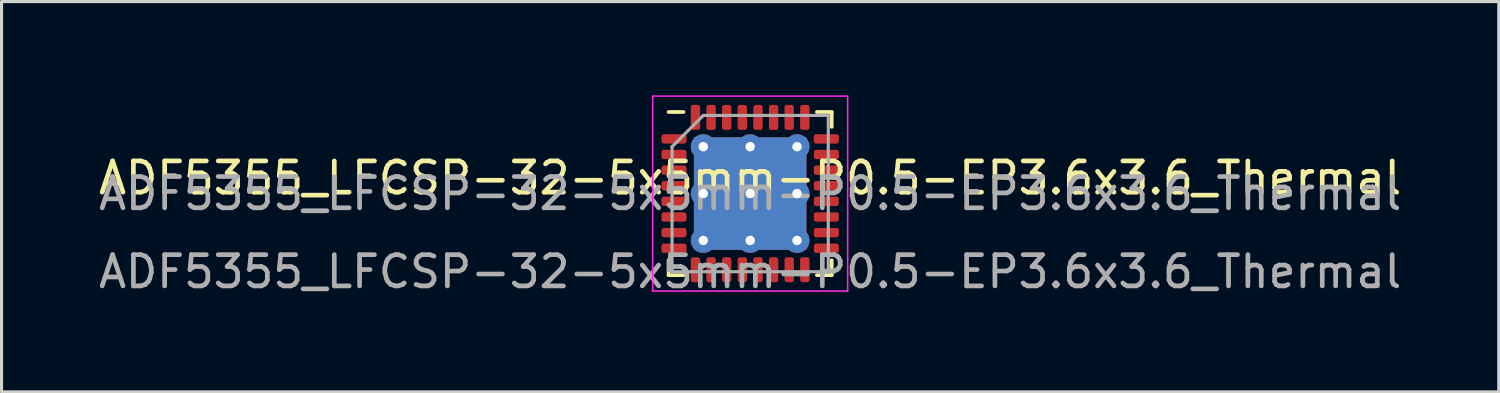
<source format=kicad_pcb>
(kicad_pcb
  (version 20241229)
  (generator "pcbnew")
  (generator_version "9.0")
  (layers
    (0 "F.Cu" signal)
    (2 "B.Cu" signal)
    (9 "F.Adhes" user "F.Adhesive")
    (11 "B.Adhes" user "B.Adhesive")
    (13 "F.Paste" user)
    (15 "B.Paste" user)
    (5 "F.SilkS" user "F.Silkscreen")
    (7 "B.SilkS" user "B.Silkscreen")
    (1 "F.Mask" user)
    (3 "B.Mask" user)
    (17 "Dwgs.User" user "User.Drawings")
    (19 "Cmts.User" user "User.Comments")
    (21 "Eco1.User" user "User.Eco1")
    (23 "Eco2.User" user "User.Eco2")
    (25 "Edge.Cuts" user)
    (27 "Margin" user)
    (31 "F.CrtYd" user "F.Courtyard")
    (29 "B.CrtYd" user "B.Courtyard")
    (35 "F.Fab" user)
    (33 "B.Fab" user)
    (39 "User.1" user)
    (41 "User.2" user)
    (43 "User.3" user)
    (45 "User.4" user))
  (footprint "ADF5355_LFCSP-32-5x5mm-P0.5-EP3.6x3.6_Thermal"
    (layer "F.Cu")
    (at 20.958 3.145)
    (property "Reference" "ADF5355_LFCSP-32-5x5mm-P0.5-EP3.6x3.6_Thermal" (at 0 -0.5 0) (unlocked yes) (layer "F.SilkS") (effects (font (size 1 1) (thickness 0.15))))
    (attr smd)
    (fp_line (start -2.61 2.61) (end -2.61 2.135) (stroke (width 0.12) (type solid)) (layer "F.SilkS"))
    (fp_line (start -2.135 -2.61) (end -2.61 -2.61) (stroke (width 0.12) (type solid)) (layer "F.SilkS"))
    (fp_line (start -2.135 2.61) (end -2.61 2.61) (stroke (width 0.12) (type solid)) (layer "F.SilkS"))
    (fp_line (start 2.135 -2.61) (end 2.61 -2.61) (stroke (width 0.12) (type solid)) (layer "F.SilkS"))
    (fp_line (start 2.135 2.61) (end 2.61 2.61) (stroke (width 0.12) (type solid)) (layer "F.SilkS"))
    (fp_line (start 2.61 -2.61) (end 2.61 -2.135) (stroke (width 0.12) (type solid)) (layer "F.SilkS"))
    (fp_line (start 2.61 2.61) (end 2.61 2.135) (stroke (width 0.12) (type solid)) (layer "F.SilkS"))
    (fp_line (start -3.12 -3.12) (end -3.12 3.12) (stroke (width 0.05) (type solid)) (layer "F.CrtYd"))
    (fp_line (start -3.12 3.12) (end 3.12 3.12) (stroke (width 0.05) (type solid)) (layer "F.CrtYd"))
    (fp_line (start 3.12 -3.12) (end -3.12 -3.12) (stroke (width 0.05) (type solid)) (layer "F.CrtYd"))
    (fp_line (start 3.12 3.12) (end 3.12 -3.12) (stroke (width 0.05) (type solid)) (layer "F.CrtYd"))
    (fp_line (start -2.5 -1.5) (end -1.5 -2.5) (stroke (width 0.1) (type solid)) (layer "F.Fab"))
    (fp_line (start -2.5 2.5) (end -2.5 -1.5) (stroke (width 0.1) (type solid)) (layer "F.Fab"))
    (fp_line (start -1.5 -2.5) (end 2.5 -2.5) (stroke (width 0.1) (type solid)) (layer "F.Fab"))
    (fp_line (start 2.5 -2.5) (end 2.5 2.5) (stroke (width 0.1) (type solid)) (layer "F.Fab"))
    (fp_line (start 2.5 2.5) (end -2.5 2.5) (stroke (width 0.1) (type solid)) (layer "F.Fab"))
    (fp_text user "${REFERENCE}" (at 0 0 0) (layer "F.Fab") (effects (font (size 1 1) (thickness 0.15))))
    (fp_text user "${REFERENCE}" (at 0 2.5 0) (unlocked yes) (layer "F.Fab") (effects (font (size 1 1) (thickness 0.15))))
    (pad "" smd roundrect (at -0.9 -0.9) (size 1.51 1.51) (layers "F.Paste") (roundrect_rratio 0.166))
    (pad "" smd roundrect (at -0.9 0.9) (size 1.51 1.51) (layers "F.Paste") (roundrect_rratio 0.166))
    (pad "" smd roundrect (at 0.9 -0.9) (size 1.51 1.51) (layers "F.Paste") (roundrect_rratio 0.166))
    (pad "" smd roundrect (at 0.9 0.9) (size 1.51 1.51) (layers "F.Paste") (roundrect_rratio 0.166))
    (pad "1" smd roundrect (at -2.438 -1.75) (size 0.8 0.3) (layers "F.Cu" "F.Mask" "F.Paste") (roundrect_rratio 0.25))
    (pad "2" smd roundrect (at -2.438 -1.25) (size 0.8 0.3) (layers "F.Cu" "F.Mask" "F.Paste") (roundrect_rratio 0.25))
    (pad "3" smd roundrect (at -2.438 -0.75) (size 0.8 0.3) (layers "F.Cu" "F.Mask" "F.Paste") (roundrect_rratio 0.25))
    (pad "4" smd roundrect (at -2.438 -0.25) (size 0.8 0.3) (layers "F.Cu" "F.Mask" "F.Paste") (roundrect_rratio 0.25))
    (pad "5" smd roundrect (at -2.438 0.25) (size 0.8 0.3) (layers "F.Cu" "F.Mask" "F.Paste") (roundrect_rratio 0.25))
    (pad "6" smd roundrect (at -2.438 0.75) (size 0.8 0.3) (layers "F.Cu" "F.Mask" "F.Paste") (roundrect_rratio 0.25))
    (pad "7" smd roundrect (at -2.438 1.25) (size 0.8 0.3) (layers "F.Cu" "F.Mask" "F.Paste") (roundrect_rratio 0.25))
    (pad "8" smd roundrect (at -2.438 1.75) (size 0.8 0.3) (layers "F.Cu" "F.Mask" "F.Paste") (roundrect_rratio 0.25))
    (pad "9" smd roundrect (at -1.75 2.438) (size 0.3 0.8) (layers "F.Cu" "F.Mask" "F.Paste") (roundrect_rratio 0.25))
    (pad "10" smd roundrect (at -1.25 2.438) (size 0.3 0.8) (layers "F.Cu" "F.Mask" "F.Paste") (roundrect_rratio 0.25))
    (pad "11" smd roundrect (at -0.75 2.438) (size 0.3 0.8) (layers "F.Cu" "F.Mask" "F.Paste") (roundrect_rratio 0.25))
    (pad "12" smd roundrect (at -0.25 2.438) (size 0.3 0.8) (layers "F.Cu" "F.Mask" "F.Paste") (roundrect_rratio 0.25))
    (pad "13" smd roundrect (at 0.25 2.438) (size 0.3 0.8) (layers "F.Cu" "F.Mask" "F.Paste") (roundrect_rratio 0.25))
    (pad "14" smd roundrect (at 0.75 2.438) (size 0.3 0.8) (layers "F.Cu" "F.Mask" "F.Paste") (roundrect_rratio 0.25))
    (pad "15" smd roundrect (at 1.25 2.438) (size 0.3 0.8) (layers "F.Cu" "F.Mask" "F.Paste") (roundrect_rratio 0.25))
    (pad "16" smd roundrect (at 1.75 2.438) (size 0.3 0.8) (layers "F.Cu" "F.Mask" "F.Paste") (roundrect_rratio 0.25))
    (pad "17" smd roundrect (at 2.438 1.75) (size 0.8 0.3) (layers "F.Cu" "F.Mask" "F.Paste") (roundrect_rratio 0.25))
    (pad "18" smd roundrect (at 2.438 1.25) (size 0.8 0.3) (layers "F.Cu" "F.Mask" "F.Paste") (roundrect_rratio 0.25))
    (pad "19" smd roundrect (at 2.438 0.75) (size 0.8 0.3) (layers "F.Cu" "F.Mask" "F.Paste") (roundrect_rratio 0.25))
    (pad "20" smd roundrect (at 2.438 0.25) (size 0.8 0.3) (layers "F.Cu" "F.Mask" "F.Paste") (roundrect_rratio 0.25))
    (pad "21" smd roundrect (at 2.438 -0.25) (size 0.8 0.3) (layers "F.Cu" "F.Mask" "F.Paste") (roundrect_rratio 0.25))
    (pad "22" smd roundrect (at 2.438 -0.75) (size 0.8 0.3) (layers "F.Cu" "F.Mask" "F.Paste") (roundrect_rratio 0.25))
    (pad "23" smd roundrect (at 2.438 -1.25) (size 0.8 0.3) (layers "F.Cu" "F.Mask" "F.Paste") (roundrect_rratio 0.25))
    (pad "24" smd roundrect (at 2.438 -1.75) (size 0.8 0.3) (layers "F.Cu" "F.Mask" "F.Paste") (roundrect_rratio 0.25))
    (pad "25" smd roundrect (at 1.75 -2.438) (size 0.3 0.8) (layers "F.Cu" "F.Mask" "F.Paste") (roundrect_rratio 0.25))
    (pad "26" smd roundrect (at 1.25 -2.438) (size 0.3 0.8) (layers "F.Cu" "F.Mask" "F.Paste") (roundrect_rratio 0.25))
    (pad "27" smd roundrect (at 0.75 -2.438) (size 0.3 0.8) (layers "F.Cu" "F.Mask" "F.Paste") (roundrect_rratio 0.25))
    (pad "28" smd roundrect (at 0.25 -2.438) (size 0.3 0.8) (layers "F.Cu" "F.Mask" "F.Paste") (roundrect_rratio 0.25))
    (pad "29" smd roundrect (at -0.25 -2.438) (size 0.3 0.8) (layers "F.Cu" "F.Mask" "F.Paste") (roundrect_rratio 0.25))
    (pad "30" smd roundrect (at -0.75 -2.438) (size 0.3 0.8) (layers "F.Cu" "F.Mask" "F.Paste") (roundrect_rratio 0.25))
    (pad "31" smd roundrect (at -1.25 -2.438) (size 0.3 0.8) (layers "F.Cu" "F.Mask" "F.Paste") (roundrect_rratio 0.25))
    (pad "32" smd roundrect (at -1.75 -2.438) (size 0.3 0.8) (layers "F.Cu" "F.Mask" "F.Paste") (roundrect_rratio 0.25))
    (pad "33" thru_hole circle (at -1.5 -1.5) (size 0.8 0.8) (drill 0.3) (layers "*.Cu"))
    (pad "33" thru_hole circle (at -1.5 0) (size 0.8 0.8) (drill 0.3) (layers "*.Cu"))
    (pad "33" thru_hole circle (at -1.5 1.5) (size 0.8 0.8) (drill 0.3) (layers "*.Cu"))
    (pad "33" thru_hole circle (at 0 -1.5) (size 0.8 0.8) (drill 0.3) (layers "*.Cu"))
    (pad "33" thru_hole circle (at 0 0) (size 0.8 0.8) (drill 0.3) (layers "*.Cu"))
    (pad "33" smd rect (at 0 0) (size 3.6 3.6) (layers "F.Cu" "F.Mask"))
    (pad "33" smd rect (at 0 0) (size 3.6 3.6) (layers "B.Cu"))
    (pad "33" thru_hole circle (at 0 1.5) (size 0.8 0.8) (drill 0.3) (layers "*.Cu"))
    (pad "33" thru_hole circle (at 1.5 -1.5) (size 0.8 0.8) (drill 0.3) (layers "*.Cu"))
    (pad "33" thru_hole circle (at 1.5 0) (size 0.8 0.8) (drill 0.3) (layers "*.Cu"))
    (pad "33" thru_hole circle (at 1.5 1.5) (size 0.8 0.8) (drill 0.3) (layers "*.Cu")))
  (gr_rect
    (start -3 -3)
    (end 44.917 9.493)
    (stroke (width 0.1) (type default))
    (fill no)
    (layer "Edge.Cuts")))
</source>
